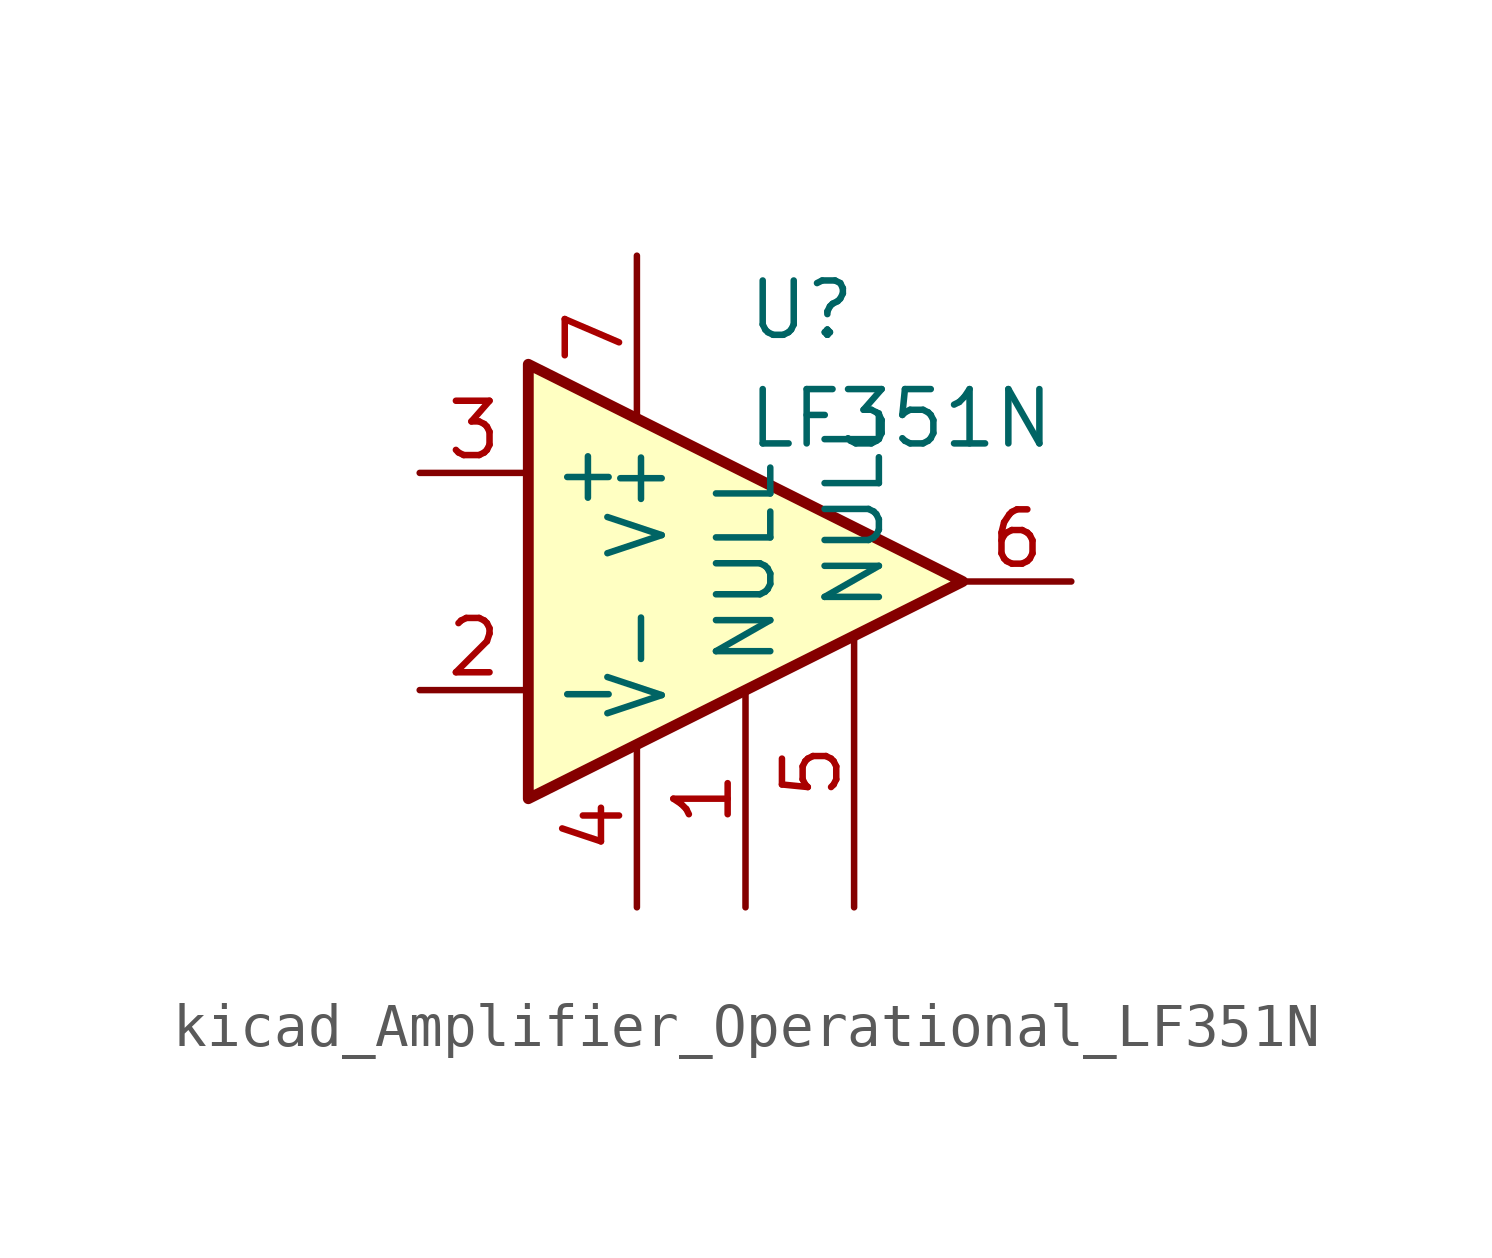
<source format=kicad_sym>
(kicad_symbol_lib
  (version 20220914)
  (generator kicad_symbol_editor)
  (symbol "kicad_Amplifier_Operational_LF351N"
    (property "Reference" "U"
      (at 0 6.35 0)
      (effects (font (size 1.27 1.27)) (justify left)))
    (property "Value" "LF351N"
      (at 0 3.81 0)
      (effects (font (size 1.27 1.27)) (justify left)))
    (symbol "kicad_Amplifier_Operational_LF351N_0_1"
      (polyline (pts (xy -5.08 5.08) (xy 5.08 0) (xy -5.08 -5.08) (xy -5.08 5.08)) (stroke (width 0.254) (type default)) (fill (type background))))
    (symbol "kicad_Amplifier_Operational_LF351N_1_1"
      (pin input line (at 0 -7.62 90) (length 5.08) (name "NULL" (effects (font (size 1.27 1.27)))) (number "1" (effects (font (size 1.27 1.27)))))
      (pin input line (at -7.62 -2.54 0) (length 2.54) (name "-" (effects (font (size 1.27 1.27)))) (number "2" (effects (font (size 1.27 1.27)))))
      (pin input line (at -7.62 2.54 0) (length 2.54) (name "+" (effects (font (size 1.27 1.27)))) (number "3" (effects (font (size 1.27 1.27)))))
      (pin power_in line (at -2.54 -7.62 90) (length 3.81) (name "V-" (effects (font (size 1.27 1.27)))) (number "4" (effects (font (size 1.27 1.27)))))
      (pin input line (at 2.54 -7.62 90) (length 6.35) (name "NULL" (effects (font (size 1.27 1.27)))) (number "5" (effects (font (size 1.27 1.27)))))
      (pin output line (at 7.62 0 180) (length 2.54) (name "~" (effects (font (size 1.27 1.27)))) (number "6" (effects (font (size 1.27 1.27)))))
      (pin power_in line (at -2.54 7.62 270) (length 3.81) (name "V+" (effects (font (size 1.27 1.27)))) (number "7" (effects (font (size 1.27 1.27)))))
      (pin no_connect line (at 0 2.54 270) (length 2.54) hide (name "NC" (effects (font (size 1.27 1.27)))) (number "8" (effects (font (size 1.27 1.27))))))))
</source>
